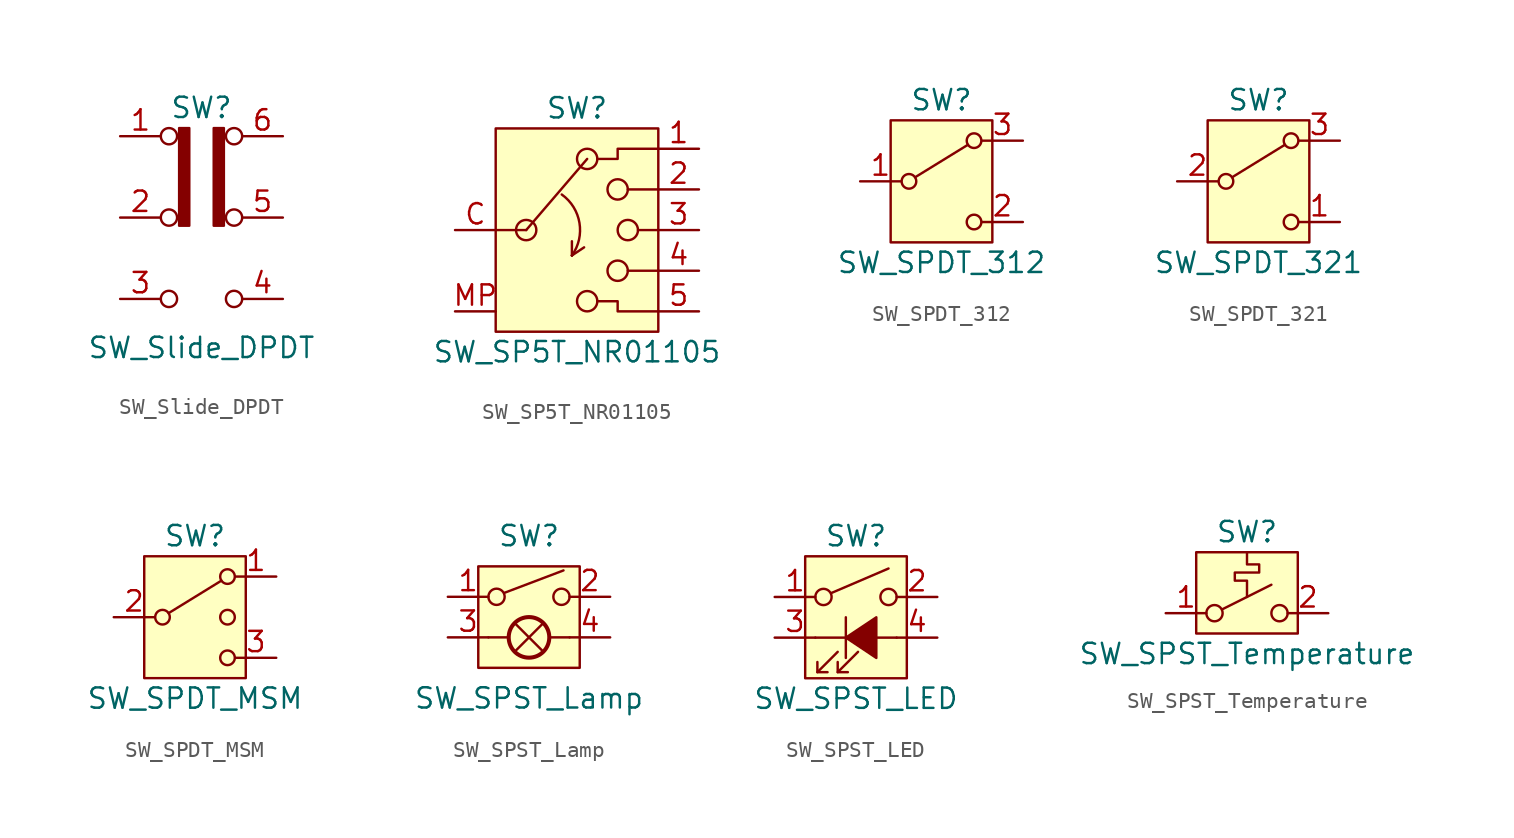
<source format=kicad_sym>
(kicad_symbol_lib
  (version 20241209)
  (generator "kicad_symbol_editor")
  (generator_version "9.0")
  (symbol "SW_Slide_DPDT"
    (pin_names
      (offset 0)
      (hide yes))
    (property "Reference" "SW"
      (at 0 6.858 0)
      (effects (font (size 1.27 1.27))))
    (property "Value" "SW_Slide_DPDT"
      (at 0 -8.128 0)
      (effects (font (size 1.27 1.27))))
    (symbol "SW_Slide_DPDT_0_0"
      (circle (center -2.032 5.08) (radius 0.508) (stroke (width 0) (type default)) (fill (type none)))
      (circle (center -2.032 -5.08) (radius 0.508) (stroke (width 0) (type default)) (fill (type none)))
      (circle (center 2.032 0) (radius 0.508) (stroke (width 0) (type default)) (fill (type none)))
      (circle (center 2.032 -5.08) (radius 0.508) (stroke (width 0) (type default)) (fill (type none))))
    (symbol "SW_Slide_DPDT_0_1"
      (circle (center -2.032 0) (radius 0.508) (stroke (width 0) (type default)) (fill (type none)))
      (circle (center 2.032 5.08) (radius 0.508) (stroke (width 0) (type default)) (fill (type none))))
    (symbol "SW_Slide_DPDT_1_1"
      (rectangle (start -1.397 5.588) (end -0.762 -0.508) (stroke (width 0) (type default)) (fill (type outline)))
      (rectangle (start 0.762 5.588) (end 1.397 -0.508) (stroke (width 0) (type default)) (fill (type outline)))
      (pin passive line (at -5.08 5.08 0) (length 2.54) (name "A" (effects (font (size 1.27 1.27)))) (number "1" (effects (font (size 1.27 1.27)))))
      (pin passive line (at -5.08 0 0) (length 2.54) (name "B" (effects (font (size 1.27 1.27)))) (number "2" (effects (font (size 1.27 1.27)))))
      (pin passive line (at -5.08 -5.08 0) (length 2.54) (name "C" (effects (font (size 1.27 1.27)))) (number "3" (effects (font (size 1.27 1.27)))))
      (pin passive line (at 5.08 5.08 180) (length 2.54) (name "C" (effects (font (size 1.27 1.27)))) (number "6" (effects (font (size 1.27 1.27)))))
      (pin passive line (at 5.08 0 180) (length 2.54) (name "B" (effects (font (size 1.27 1.27)))) (number "5" (effects (font (size 1.27 1.27)))))
      (pin passive line (at 5.08 -5.08 180) (length 2.54) (name "A" (effects (font (size 1.27 1.27)))) (number "4" (effects (font (size 1.27 1.27)))))))
  (symbol "SW_SP5T_NR01105"
    (pin_names
      (hide yes))
    (property "Reference" "SW"
      (at 0 7.62 0)
      (effects (font (size 1.27 1.27))))
    (property "Value" "SW_SP5T_NR01105"
      (at 0 -7.62 0)
      (effects (font (size 1.27 1.27))))
    (symbol "SW_SP5T_NR01105_0_1"
      (polyline (pts (xy -5.08 0) (xy -3.175 0)) (stroke (width 0) (type default)) (fill (type none)))
      (circle (center -3.175 0) (radius 0.635) (stroke (width 0) (type default)) (fill (type none)))
      (polyline (pts (xy -3.175 0) (xy 0.635 4.445)) (stroke (width 0) (type default)) (fill (type none)))
      (arc (start -0.9526 2.2225) (mid 0.154 0.449) (end -0.3176 -1.5875) (stroke (width 0) (type default)) (fill (type none)))
      (polyline (pts (xy -0.318 -1.587) (xy -0.318 -0.699)) (stroke (width 0) (type default)) (fill (type none)))
      (polyline (pts (xy -0.318 -1.587) (xy -0.318 -1.587)) (stroke (width 0) (type default)) (fill (type none)))
      (polyline (pts (xy -0.318 -1.587) (xy 0.444 -1.079)) (stroke (width 0) (type default)) (fill (type none)))
      (circle (center 0.635 4.445) (radius 0.635) (stroke (width 0) (type default)) (fill (type none)))
      (circle (center 0.635 -4.445) (radius 0.635) (stroke (width 0) (type default)) (fill (type none)))
      (circle (center 2.54 2.54) (radius 0.635) (stroke (width 0) (type default)) (fill (type none)))
      (circle (center 2.54 -2.54) (radius 0.635) (stroke (width 0) (type default)) (fill (type none)))
      (circle (center 3.175 0) (radius 0.635) (stroke (width 0) (type default)) (fill (type none)))
      (polyline (pts (xy 5.08 5.08) (xy 2.54 5.08) (xy 2.54 4.445) (xy 1.27 4.445)) (stroke (width 0) (type default)) (fill (type none)))
      (polyline (pts (xy 5.08 2.54) (xy 3.175 2.54)) (stroke (width 0) (type default)) (fill (type none)))
      (polyline (pts (xy 5.08 0) (xy 3.81 0)) (stroke (width 0) (type default)) (fill (type none)))
      (polyline (pts (xy 5.08 -2.54) (xy 3.175 -2.54)) (stroke (width 0) (type default)) (fill (type none)))
      (polyline (pts (xy 5.08 -5.08) (xy 2.54 -5.08) (xy 2.54 -4.445) (xy 1.27 -4.445)) (stroke (width 0) (type default)) (fill (type none))))
    (symbol "SW_SP5T_NR01105_1_1"
      (polyline (pts (xy -5.08 6.35) (xy 5.08 6.35) (xy 5.08 -6.35) (xy -5.08 -6.35) (xy -5.08 6.35) (xy -5.08 6.35)) (stroke (width 0) (type default)) (fill (type background)))
      (pin passive line (at -7.62 0 0) (length 2.54) (name "Common" (effects (font (size 1.27 1.27)))) (number "C" (effects (font (size 1.27 1.27)))))
      (pin passive line (at -7.62 -5.08 0) (length 2.54) (name "MP" (effects (font (size 1.27 1.27)))) (number "MP" (effects (font (size 1.27 1.27)))))
      (pin passive line (at 7.62 5.08 180) (length 2.54) (name "1" (effects (font (size 1.27 1.27)))) (number "1" (effects (font (size 1.27 1.27)))))
      (pin passive line (at 7.62 2.54 180) (length 2.54) (name "2" (effects (font (size 1.27 1.27)))) (number "2" (effects (font (size 1.27 1.27)))))
      (pin passive line (at 7.62 0 180) (length 2.54) (name "3" (effects (font (size 1.27 1.27)))) (number "3" (effects (font (size 1.27 1.27)))))
      (pin passive line (at 7.62 -2.54 180) (length 2.54) (name "4" (effects (font (size 1.27 1.27)))) (number "4" (effects (font (size 1.27 1.27)))))
      (pin passive line (at 7.62 -5.08 180) (length 2.54) (name "5" (effects (font (size 1.27 1.27)))) (number "5" (effects (font (size 1.27 1.27)))))))
  (symbol "SW_SPDT_312"
    (pin_names
      (offset 1)
      (hide yes))
    (property "Reference" "SW"
      (at 0 5.08 0)
      (effects (font (size 1.27 1.27))))
    (property "Value" "SW_SPDT_312"
      (at 0 -5.08 0)
      (effects (font (size 1.27 1.27))))
    (symbol "SW_SPDT_312_0_1"
      (circle (center -2.032 0) (radius 0.457) (stroke (width 0) (type default)) (fill (type none)))
      (polyline (pts (xy -1.651 0.254) (xy 1.651 2.286)) (stroke (width 0) (type default)) (fill (type none)))
      (circle (center 2.032 2.54) (radius 0.457) (stroke (width 0) (type default)) (fill (type none)))
      (circle (center 2.032 -2.54) (radius 0.457) (stroke (width 0) (type default)) (fill (type none))))
    (symbol "SW_SPDT_312_1_1"
      (rectangle (start -3.175 3.81) (end 3.175 -3.81) (stroke (width 0) (type default)) (fill (type background)))
      (pin passive line (at -5.08 0 0) (length 2.54) (name "B" (effects (font (size 1.27 1.27)))) (number "1" (effects (font (size 1.27 1.27)))))
      (pin passive line (at 5.08 2.54 180) (length 2.54) (name "A" (effects (font (size 1.27 1.27)))) (number "3" (effects (font (size 1.27 1.27)))))
      (pin passive line (at 5.08 -2.54 180) (length 2.54) (name "C" (effects (font (size 1.27 1.27)))) (number "2" (effects (font (size 1.27 1.27)))))))
  (symbol "SW_SPDT_321"
    (pin_names
      (offset 1)
      (hide yes))
    (property "Reference" "SW"
      (at 0 5.08 0)
      (effects (font (size 1.27 1.27))))
    (property "Value" "SW_SPDT_321"
      (at 0 -5.08 0)
      (effects (font (size 1.27 1.27))))
    (symbol "SW_SPDT_321_0_1"
      (circle (center -2.032 0) (radius 0.457) (stroke (width 0) (type default)) (fill (type none)))
      (polyline (pts (xy -1.651 0.254) (xy 1.651 2.286)) (stroke (width 0) (type default)) (fill (type none)))
      (circle (center 2.032 2.54) (radius 0.457) (stroke (width 0) (type default)) (fill (type none)))
      (circle (center 2.032 -2.54) (radius 0.457) (stroke (width 0) (type default)) (fill (type none))))
    (symbol "SW_SPDT_321_1_1"
      (rectangle (start -3.175 3.81) (end 3.175 -3.81) (stroke (width 0) (type default)) (fill (type background)))
      (pin passive line (at -5.08 0 0) (length 2.54) (name "B" (effects (font (size 1.27 1.27)))) (number "2" (effects (font (size 1.27 1.27)))))
      (pin passive line (at 5.08 2.54 180) (length 2.54) (name "A" (effects (font (size 1.27 1.27)))) (number "3" (effects (font (size 1.27 1.27)))))
      (pin passive line (at 5.08 -2.54 180) (length 2.54) (name "C" (effects (font (size 1.27 1.27)))) (number "1" (effects (font (size 1.27 1.27)))))))
  (symbol "SW_SPDT_MSM"
    (pin_names
      (offset 0)
      (hide yes))
    (property "Reference" "SW"
      (at 0 5.08 0)
      (effects (font (size 1.27 1.27))))
    (property "Value" "SW_SPDT_MSM"
      (at 0 -5.08 0)
      (effects (font (size 1.27 1.27))))
    (symbol "SW_SPDT_MSM_0_1"
      (circle (center -2.032 0) (radius 0.457) (stroke (width 0) (type default)) (fill (type none)))
      (polyline (pts (xy -1.651 0.254) (xy 1.651 2.286)) (stroke (width 0) (type default)) (fill (type none)))
      (circle (center 2.032 2.54) (radius 0.457) (stroke (width 0) (type default)) (fill (type none)))
      (circle (center 2.032 0) (radius 0.457) (stroke (width 0) (type default)) (fill (type none)))
      (circle (center 2.032 -2.54) (radius 0.457) (stroke (width 0) (type default)) (fill (type none))))
    (symbol "SW_SPDT_MSM_1_1"
      (rectangle (start -3.175 3.81) (end 3.175 -3.81) (stroke (width 0) (type default)) (fill (type background)))
      (pin passive line (at -5.08 0 0) (length 2.54) (name "3" (effects (font (size 1.27 1.27)))) (number "2" (effects (font (size 1.27 1.27)))))
      (pin passive line (at 5.08 2.54 180) (length 2.54) (name "1" (effects (font (size 1.27 1.27)))) (number "1" (effects (font (size 1.27 1.27)))))
      (pin passive line (at 5.08 -2.54 180) (length 2.54) (name "4" (effects (font (size 1.27 1.27)))) (number "3" (effects (font (size 1.27 1.27)))))))
  (symbol "SW_SPST_Lamp"
    (pin_names
      (offset 1.016)
      (hide yes))
    (property "Reference" "SW"
      (at 0 6.35 0)
      (effects (font (size 1.27 1.27))))
    (property "Value" "SW_SPST_Lamp"
      (at 0 -3.81 0)
      (effects (font (size 1.27 1.27))))
    (symbol "SW_SPST_Lamp_0_1"
      (polyline (pts (xy -2.54 0) (xy -1.27 0)) (stroke (width 0) (type default)) (fill (type none)))
      (circle (center -2.032 2.54) (radius 0.508) (stroke (width 0) (type default)) (fill (type none)))
      (polyline (pts (xy -1.524 2.794) (xy 2.159 4.191)) (stroke (width 0) (type default)) (fill (type none)))
      (polyline (pts (xy -0.889 -0.889) (xy 0.889 0.889)) (stroke (width 0) (type default)) (fill (type none)))
      (circle (center 0 0) (radius 1.27) (stroke (width 0.254) (type default)) (fill (type none)))
      (polyline (pts (xy 0.889 -0.889) (xy -0.889 0.889)) (stroke (width 0) (type default)) (fill (type none)))
      (circle (center 2.032 2.54) (radius 0.508) (stroke (width 0) (type default)) (fill (type none)))
      (polyline (pts (xy 2.54 0) (xy 1.27 0)) (stroke (width 0) (type default)) (fill (type none)))
      (pin passive line (at -5.08 2.54 0) (length 2.54) (name "1" (effects (font (size 1.27 1.27)))) (number "1" (effects (font (size 1.27 1.27)))))
      (pin passive line (at -5.08 0 0) (length 2.54) (name "L" (effects (font (size 1.27 1.27)))) (number "3" (effects (font (size 1.27 1.27)))))
      (pin passive line (at 5.08 2.54 180) (length 2.54) (name "2" (effects (font (size 1.27 1.27)))) (number "2" (effects (font (size 1.27 1.27)))))
      (pin passive line (at 5.08 0 180) (length 2.54) (name "L" (effects (font (size 1.27 1.27)))) (number "4" (effects (font (size 1.27 1.27))))))
    (symbol "SW_SPST_Lamp_1_1"
      (rectangle (start -3.175 4.445) (end 3.175 -1.905) (stroke (width 0) (type default)) (fill (type background)))))
  (symbol "SW_SPST_LED"
    (pin_names
      (offset 1.016)
      (hide yes))
    (property "Reference" "SW"
      (at 0 6.35 0)
      (effects (font (size 1.27 1.27))))
    (property "Value" "SW_SPST_LED"
      (at 0 -3.81 0)
      (effects (font (size 1.27 1.27))))
    (symbol "SW_SPST_LED_0_0"
      (polyline (pts (xy -2.54 0) (xy 2.54 0)) (stroke (width 0) (type default)) (fill (type none)))
      (polyline (pts (xy -2.413 -1.524) (xy -2.413 -2.159) (xy -1.778 -2.159)) (stroke (width 0) (type default)) (fill (type none)))
      (polyline (pts (xy -2.413 -2.159) (xy -1.143 -0.889)) (stroke (width 0) (type default)) (fill (type none)))
      (polyline (pts (xy -1.143 -1.524) (xy -1.143 -2.159) (xy -0.508 -2.159)) (stroke (width 0) (type default)) (fill (type none)))
      (polyline (pts (xy -1.143 -2.159) (xy 0.127 -0.889)) (stroke (width 0) (type default)) (fill (type none)))
      (polyline (pts (xy -0.635 1.27) (xy -0.635 -1.27)) (stroke (width 0) (type default)) (fill (type none)))
      (polyline (pts (xy -0.635 0) (xy 1.27 1.27) (xy 1.27 -1.27) (xy -0.635 0)) (stroke (width 0) (type default)) (fill (type outline))))
    (symbol "SW_SPST_LED_0_1"
      (circle (center -2.032 2.54) (radius 0.508) (stroke (width 0) (type default)) (fill (type none)))
      (polyline (pts (xy -1.524 2.794) (xy 2.032 4.318)) (stroke (width 0) (type default)) (fill (type none)))
      (circle (center 2.032 2.54) (radius 0.508) (stroke (width 0) (type default)) (fill (type none)))
      (pin passive line (at -5.08 2.54 0) (length 2.54) (name "1" (effects (font (size 1.27 1.27)))) (number "1" (effects (font (size 1.27 1.27)))))
      (pin passive line (at -5.08 0 0) (length 2.54) (name "K" (effects (font (size 1.27 1.27)))) (number "3" (effects (font (size 1.27 1.27)))))
      (pin passive line (at 5.08 2.54 180) (length 2.54) (name "2" (effects (font (size 1.27 1.27)))) (number "2" (effects (font (size 1.27 1.27)))))
      (pin passive line (at 5.08 0 180) (length 2.54) (name "A" (effects (font (size 1.27 1.27)))) (number "4" (effects (font (size 1.27 1.27))))))
    (symbol "SW_SPST_LED_1_1"
      (rectangle (start -3.175 5.08) (end 3.175 -2.54) (stroke (width 0) (type default)) (fill (type background)))))
  (symbol "SW_SPST_Temperature"
    (pin_names
      (offset 0)
      (hide yes))
    (property "Reference" "SW"
      (at 0 5.08 0)
      (effects (font (size 1.27 1.27))))
    (property "Value" "SW_SPST_Temperature"
      (at 0 -2.54 0)
      (effects (font (size 1.27 1.27))))
    (symbol "SW_SPST_Temperature_0_0"
      (circle (center -2.032 0) (radius 0.508) (stroke (width 0) (type default)) (fill (type none)))
      (polyline (pts (xy -1.524 0.254) (xy 1.524 1.778)) (stroke (width 0) (type default)) (fill (type none)))
      (polyline (pts (xy 0 1.016) (xy 0 2.032) (xy -0.762 2.032) (xy -0.762 2.54) (xy 0.762 2.54) (xy 0.762 3.048) (xy 0 3.048) (xy 0 3.81)) (stroke (width 0) (type default)) (fill (type none)))
      (circle (center 2.032 0) (radius 0.508) (stroke (width 0) (type default)) (fill (type none))))
    (symbol "SW_SPST_Temperature_1_1"
      (rectangle (start -3.175 3.81) (end 3.175 -1.27) (stroke (width 0) (type default)) (fill (type background)))
      (pin passive line (at -5.08 0 0) (length 2.54) (name "A" (effects (font (size 1.27 1.27)))) (number "1" (effects (font (size 1.27 1.27)))))
      (pin passive line (at 5.08 0 180) (length 2.54) (name "B" (effects (font (size 1.27 1.27)))) (number "2" (effects (font (size 1.27 1.27))))))))
</source>
